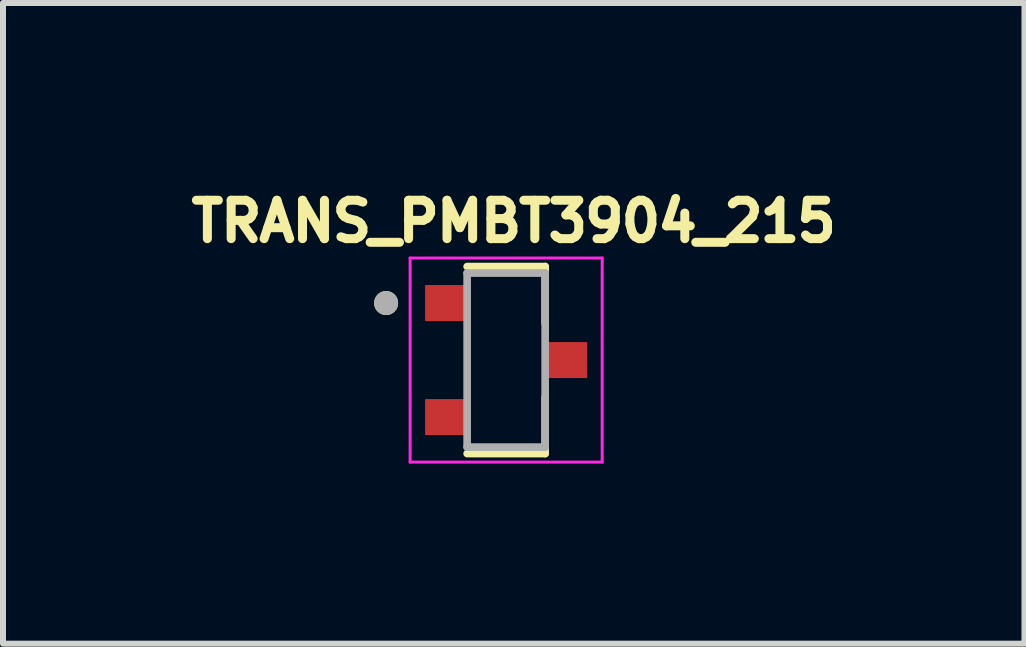
<source format=kicad_pcb>
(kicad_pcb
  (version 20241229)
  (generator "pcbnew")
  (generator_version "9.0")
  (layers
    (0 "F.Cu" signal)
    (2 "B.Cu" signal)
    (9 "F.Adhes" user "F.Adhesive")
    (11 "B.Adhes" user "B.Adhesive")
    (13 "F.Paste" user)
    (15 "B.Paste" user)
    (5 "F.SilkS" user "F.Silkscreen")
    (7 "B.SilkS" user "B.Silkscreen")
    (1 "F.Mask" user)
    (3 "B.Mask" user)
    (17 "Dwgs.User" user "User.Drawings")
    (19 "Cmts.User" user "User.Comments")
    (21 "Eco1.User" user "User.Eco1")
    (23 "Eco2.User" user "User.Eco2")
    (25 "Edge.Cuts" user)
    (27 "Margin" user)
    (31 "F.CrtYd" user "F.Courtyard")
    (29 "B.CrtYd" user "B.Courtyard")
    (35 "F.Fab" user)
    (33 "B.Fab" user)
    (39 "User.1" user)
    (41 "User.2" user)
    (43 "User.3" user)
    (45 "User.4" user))
  (footprint "TRANS_PMBT3904_215"
    (layer "F.Cu")
    (at 5.383 2.949)
    (property "Reference" "TRANS_PMBT3904_215" (at 0.127 -2.311 0) (layer "F.SilkS") (effects (font (size 0.64 0.64) (thickness 0.15))))
    (attr smd)
    (fp_poly (pts (xy -1.35 -1.25) (xy -0.65 -1.25) (xy -0.65 -0.65) (xy -1.35 -0.65)) (stroke (width 0.01) (type solid)) (fill yes) (layer "F.Mask"))
    (fp_poly (pts (xy -1.35 0.65) (xy -0.65 0.65) (xy -0.65 1.25) (xy -1.35 1.25)) (stroke (width 0.01) (type solid)) (fill yes) (layer "F.Mask"))
    (fp_poly (pts (xy 0.65 -0.3) (xy 1.35 -0.3) (xy 1.35 0.3) (xy 0.65 0.3)) (stroke (width 0.01) (type solid)) (fill yes) (layer "F.Mask"))
    (fp_line (start -0.65 -1.558) (end 0.65 -1.558) (stroke (width 0.127) (type solid)) (layer "F.SilkS"))
    (fp_line (start 0.65 -1.558) (end 0.65 -0.614) (stroke (width 0.127) (type solid)) (layer "F.SilkS"))
    (fp_line (start 0.65 0.614) (end 0.65 1.558) (stroke (width 0.127) (type solid)) (layer "F.SilkS"))
    (fp_line (start 0.65 1.558) (end -0.65 1.558) (stroke (width 0.127) (type solid)) (layer "F.SilkS"))
    (fp_circle (center -2 -0.95) (end -1.9 -0.95) (stroke (width 0.2) (type solid)) (fill no) (layer "F.SilkS"))
    (fp_poly (pts (xy -1.3 -1.2) (xy -0.7 -1.2) (xy -0.7 -0.7) (xy -1.3 -0.7)) (stroke (width 0.01) (type solid)) (fill yes) (layer "F.Paste"))
    (fp_poly (pts (xy -1.3 0.7) (xy -0.7 0.7) (xy -0.7 1.2) (xy -1.3 1.2)) (stroke (width 0.01) (type solid)) (fill yes) (layer "F.Paste"))
    (fp_poly (pts (xy 0.7 -0.25) (xy 1.3 -0.25) (xy 1.3 0.25) (xy 0.7 0.25)) (stroke (width 0.01) (type solid)) (fill yes) (layer "F.Paste"))
    (fp_line (start -1.6 -1.7) (end 1.6 -1.7) (stroke (width 0.05) (type solid)) (layer "F.CrtYd"))
    (fp_line (start -1.6 1.7) (end -1.6 -1.7) (stroke (width 0.05) (type solid)) (layer "F.CrtYd"))
    (fp_line (start 1.6 -1.7) (end 1.6 1.7) (stroke (width 0.05) (type solid)) (layer "F.CrtYd"))
    (fp_line (start 1.6 1.7) (end -1.6 1.7) (stroke (width 0.05) (type solid)) (layer "F.CrtYd"))
    (fp_line (start -0.65 -1.45) (end 0.65 -1.45) (stroke (width 0.127) (type solid)) (layer "F.Fab"))
    (fp_line (start -0.65 1.45) (end -0.65 -1.45) (stroke (width 0.127) (type solid)) (layer "F.Fab"))
    (fp_line (start 0.65 -1.45) (end 0.65 1.45) (stroke (width 0.127) (type solid)) (layer "F.Fab"))
    (fp_line (start 0.65 1.45) (end -0.65 1.45) (stroke (width 0.127) (type solid)) (layer "F.Fab"))
    (fp_circle (center -2 -0.95) (end -1.9 -0.95) (stroke (width 0.2) (type solid)) (fill no) (layer "F.Fab"))
    (pad "1" smd rect (at -1 -0.95) (size 0.7 0.6) (layers "F.Cu"))
    (pad "2" smd rect (at -1 0.95) (size 0.7 0.6) (layers "F.Cu"))
    (pad "3" smd rect (at 1 0) (size 0.7 0.6) (layers "F.Cu")))
  (gr_rect
    (start -3 -3)
    (end 14.019 7.674)
    (stroke (width 0.1) (type default))
    (fill no)
    (layer "Edge.Cuts")))
</source>
